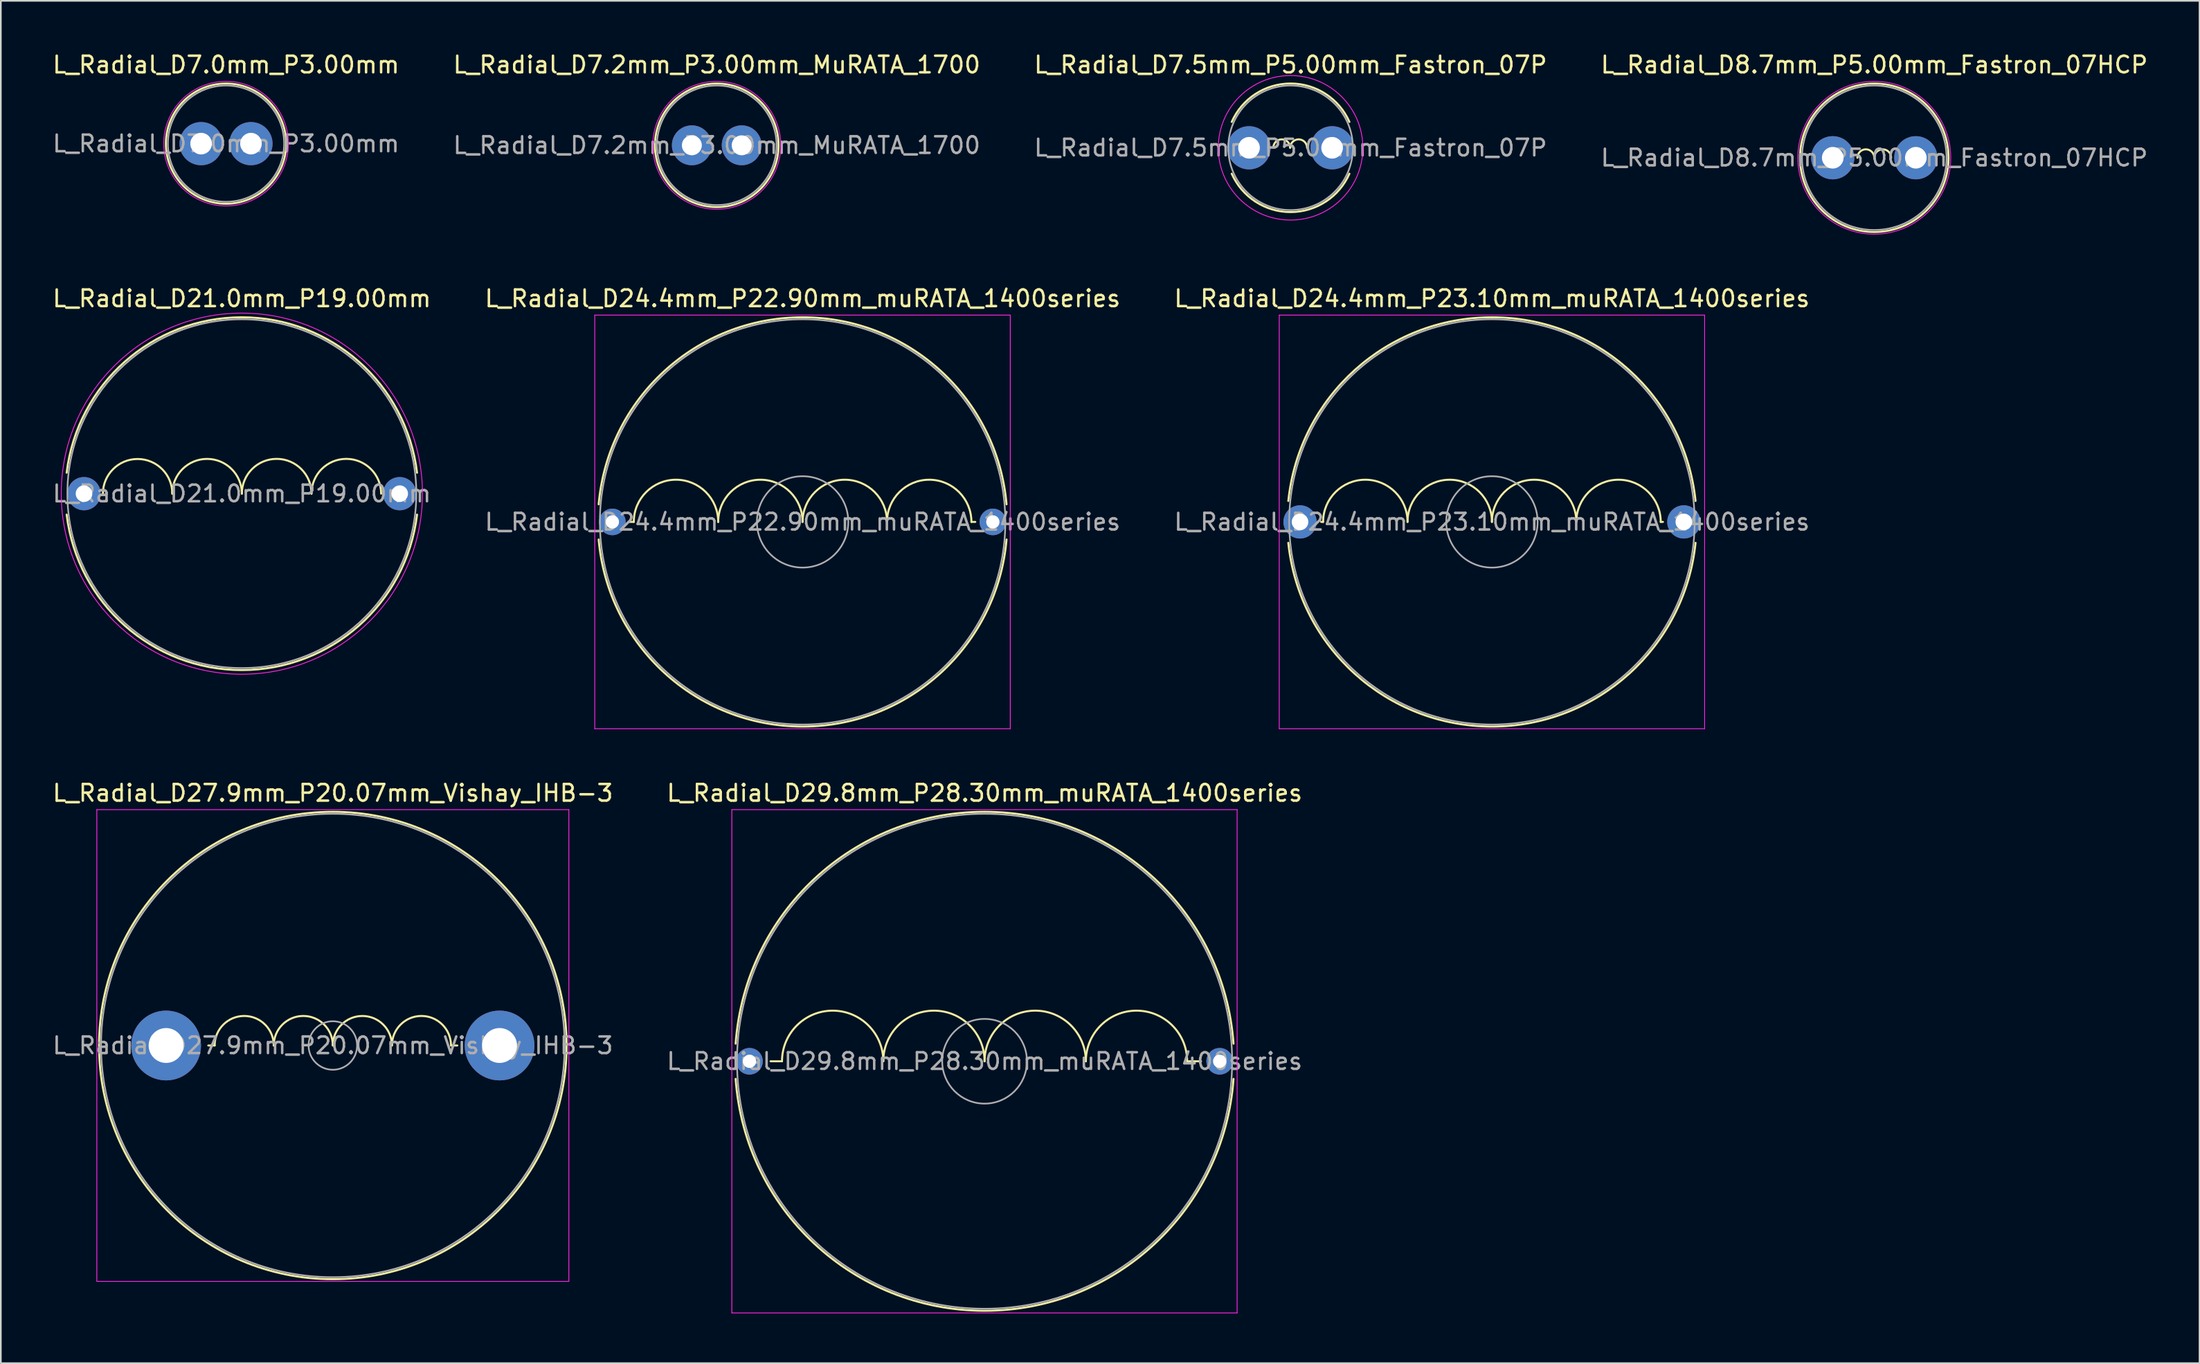
<source format=kicad_pcb>
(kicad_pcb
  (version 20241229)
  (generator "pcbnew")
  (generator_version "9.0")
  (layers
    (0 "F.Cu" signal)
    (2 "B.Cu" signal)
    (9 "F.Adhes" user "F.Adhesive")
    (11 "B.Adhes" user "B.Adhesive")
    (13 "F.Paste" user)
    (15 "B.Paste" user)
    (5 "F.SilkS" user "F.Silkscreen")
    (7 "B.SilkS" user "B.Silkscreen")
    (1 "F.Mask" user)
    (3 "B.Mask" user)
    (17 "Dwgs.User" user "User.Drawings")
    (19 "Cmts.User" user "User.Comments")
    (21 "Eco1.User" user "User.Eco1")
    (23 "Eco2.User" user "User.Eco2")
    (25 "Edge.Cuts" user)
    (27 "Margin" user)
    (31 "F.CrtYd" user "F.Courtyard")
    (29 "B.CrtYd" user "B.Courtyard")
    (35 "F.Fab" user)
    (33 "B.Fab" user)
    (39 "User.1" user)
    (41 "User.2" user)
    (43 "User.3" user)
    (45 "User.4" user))
  (footprint "L_Radial_D7.0mm_P3.00mm"
    (layer "F.Cu")
    (at 9.054 5.598)
    (property "Reference" "L_Radial_D7.0mm_P3.00mm" (at 1.5 -4.75 0) (layer "F.SilkS") (effects (font (size 1 1) (thickness 0.15))))
    (attr through_hole)
    (fp_circle (center 1.5 0) (end 5.12 0) (stroke (width 0.12) (type solid)) (fill no) (layer "F.SilkS"))
    (fp_circle (center 1.5 0) (end 5.25 0) (stroke (width 0.05) (type solid)) (fill no) (layer "F.CrtYd"))
    (fp_circle (center 1.5 0) (end 5 0) (stroke (width 0.1) (type solid)) (fill no) (layer "F.Fab"))
    (fp_text user "${REFERENCE}" (at 1.5 0 0) (layer "F.Fab") (effects (font (size 1 1) (thickness 0.15))))
    (pad "1" thru_hole circle (at 0 0) (size 2.6 2.6) (drill 1.3) (layers "*.Cu" "*.Mask"))
    (pad "2" thru_hole circle (at 3 0) (size 2.6 2.6) (drill 1.3) (layers "*.Cu" "*.Mask")))
  (footprint "L_Radial_D29.8mm_P28.30mm_muRATA_1400series"
    (layer "F.Cu")
    (at 42.058 60.845)
    (property "Reference" "L_Radial_D29.8mm_P28.30mm_muRATA_1400series" (at 14.15 -16.15 0) (layer "F.SilkS") (effects (font (size 1 1) (thickness 0.15))))
    (attr through_hole)
    (fp_line (start 1.958 0) (end 1.27 0) (stroke (width 0.12) (type solid)) (layer "F.SilkS"))
    (fp_line (start 26.342 0) (end 27.178 0) (stroke (width 0.12) (type solid)) (layer "F.SilkS"))
    (fp_arc (start -0.83255 -1.06) (mid 14.15 -15.02) (end 29.13255 -1.06) (stroke (width 0.12) (type solid)) (layer "F.SilkS"))
    (fp_arc (start 1.958 0) (mid 5.006 -3.048) (end 8.054 0) (stroke (width 0.12) (type solid)) (layer "F.SilkS"))
    (fp_arc (start 8.054 0) (mid 11.102 -3.048) (end 14.15 0) (stroke (width 0.12) (type solid)) (layer "F.SilkS"))
    (fp_arc (start 14.15 0) (mid 17.198 -3.048) (end 20.246 0) (stroke (width 0.12) (type solid)) (layer "F.SilkS"))
    (fp_arc (start 20.246 0) (mid 23.294 -3.048) (end 26.342 0) (stroke (width 0.12) (type solid)) (layer "F.SilkS"))
    (fp_arc (start 29.13255 1.06) (mid 14.15 15.02) (end -0.83255 1.06) (stroke (width 0.12) (type solid)) (layer "F.SilkS"))
    (fp_line (start -1.06 -15.15) (end -1.06 15.15) (stroke (width 0.05) (type solid)) (layer "F.CrtYd"))
    (fp_line (start -1.06 15.15) (end 29.35 15.15) (stroke (width 0.05) (type solid)) (layer "F.CrtYd"))
    (fp_line (start 29.35 -15.15) (end -1.06 -15.15) (stroke (width 0.05) (type solid)) (layer "F.CrtYd"))
    (fp_line (start 29.35 15.15) (end 29.35 -15.15) (stroke (width 0.05) (type solid)) (layer "F.CrtYd"))
    (fp_circle (center 14.15 0) (end 16.7 0) (stroke (width 0.1) (type solid)) (fill no) (layer "F.Fab"))
    (fp_circle (center 14.15 0) (end 29.05 0) (stroke (width 0.1) (type solid)) (fill no) (layer "F.Fab"))
    (fp_text user "${REFERENCE}" (at 14.15 0 0) (layer "F.Fab") (effects (font (size 1 1) (thickness 0.15))))
    (pad "1" thru_hole circle (at 0 0) (size 1.6 1.6) (drill 0.8) (layers "*.Cu" "*.Mask"))
    (pad "2" thru_hole circle (at 28.3 0) (size 1.6 1.6) (drill 0.8) (layers "*.Cu" "*.Mask")))
  (footprint "L_Radial_D7.2mm_P3.00mm_MuRATA_1700"
    (layer "F.Cu")
    (at 38.589 5.698)
    (property "Reference" "L_Radial_D7.2mm_P3.00mm_MuRATA_1700" (at 1.5 -4.85 0) (layer "F.SilkS") (effects (font (size 1 1) (thickness 0.15))))
    (attr through_hole)
    (fp_circle (center 1.5 0) (end 5.22 0) (stroke (width 0.12) (type solid)) (fill no) (layer "F.SilkS"))
    (fp_circle (center 1.5 0) (end 5.35 0) (stroke (width 0.05) (type solid)) (fill no) (layer "F.CrtYd"))
    (fp_circle (center 1.5 0) (end 5.1 0) (stroke (width 0.1) (type solid)) (fill no) (layer "F.Fab"))
    (fp_text user "${REFERENCE}" (at 1.5 0 0) (layer "F.Fab") (effects (font (size 1 1) (thickness 0.15))))
    (pad "1" thru_hole circle (at 0 0) (size 2.4 2.4) (drill 1.2) (layers "*.Cu" "*.Mask"))
    (pad "2" thru_hole circle (at 3 0) (size 2.4 2.4) (drill 1.2) (layers "*.Cu" "*.Mask")))
  (footprint "L_Radial_D7.5mm_P5.00mm_Fastron_07P"
    (layer "F.Cu")
    (at 72.125 5.848)
    (property "Reference" "L_Radial_D7.5mm_P5.00mm_Fastron_07P" (at 2.5 -5 0) (layer "F.SilkS") (effects (font (size 1 1) (thickness 0.15))))
    (attr through_hole)
    (fp_arc (start -1.041652 -1.56) (mid 2.5 -3.87) (end 6.041652 -1.56) (stroke (width 0.12) (type solid)) (layer "F.SilkS"))
    (fp_arc (start 1.4605 0) (mid 1.9685 -0.508) (end 2.4765 0) (stroke (width 0.12) (type solid)) (layer "F.SilkS"))
    (fp_arc (start 2.4765 0) (mid 2.9845 -0.508) (end 3.4925 0) (stroke (width 0.12) (type solid)) (layer "F.SilkS"))
    (fp_arc (start 6.041652 1.56) (mid 2.5 3.87) (end -1.041652 1.56) (stroke (width 0.12) (type solid)) (layer "F.SilkS"))
    (fp_circle (center 2.5 0) (end 6.85 0) (stroke (width 0.05) (type solid)) (fill no) (layer "F.CrtYd"))
    (fp_circle (center 2.5 0) (end 6.25 0) (stroke (width 0.1) (type solid)) (fill no) (layer "F.Fab"))
    (fp_text user "${REFERENCE}" (at 2.5 0 0) (layer "F.Fab") (effects (font (size 1 1) (thickness 0.15))))
    (pad "1" thru_hole circle (at 0 0) (size 2.6 2.6) (drill 1.3) (layers "*.Cu" "*.Mask"))
    (pad "2" thru_hole circle (at 5 0) (size 2.6 2.6) (drill 1.3) (layers "*.Cu" "*.Mask")))
  (footprint "L_Radial_D8.7mm_P5.00mm_Fastron_07HCP"
    (layer "F.Cu")
    (at 107.256 6.448)
    (property "Reference" "L_Radial_D8.7mm_P5.00mm_Fastron_07HCP" (at 2.5 -5.6 0) (layer "F.SilkS") (effects (font (size 1 1) (thickness 0.15))))
    (attr through_hole)
    (fp_arc (start 1.484 0) (mid 1.992 -0.508) (end 2.5 0) (stroke (width 0.12) (type solid)) (layer "F.SilkS"))
    (fp_arc (start 2.5 0) (mid 3.008 -0.508) (end 3.516 0) (stroke (width 0.12) (type solid)) (layer "F.SilkS"))
    (fp_circle (center 2.5 0) (end 6.97 0) (stroke (width 0.12) (type solid)) (fill no) (layer "F.SilkS"))
    (fp_circle (center 2.5 0) (end 7.1 0) (stroke (width 0.05) (type solid)) (fill no) (layer "F.CrtYd"))
    (fp_circle (center 2.5 0) (end 6.85 0) (stroke (width 0.1) (type solid)) (fill no) (layer "F.Fab"))
    (fp_text user "${REFERENCE}" (at 2.5 0 0) (layer "F.Fab") (effects (font (size 1 1) (thickness 0.15))))
    (pad "1" thru_hole circle (at 0 0) (size 2.6 2.6) (drill 1.3) (layers "*.Cu" "*.Mask"))
    (pad "2" thru_hole circle (at 5 0) (size 2.6 2.6) (drill 1.3) (layers "*.Cu" "*.Mask")))
  (footprint "L_Radial_D27.9mm_P20.07mm_Vishay_IHB-3"
    (layer "F.Cu")
    (at 6.947 59.895)
    (property "Reference" "L_Radial_D27.9mm_P20.07mm_Vishay_IHB-3" (at 10.035 -15.2 0) (layer "F.SilkS") (effects (font (size 1 1) (thickness 0.15))))
    (attr through_hole)
    (fp_line (start 2.923 0) (end 2.54 0) (stroke (width 0.12) (type solid)) (layer "F.SilkS"))
    (fp_line (start 17.147 0) (end 17.526 0) (stroke (width 0.12) (type solid)) (layer "F.SilkS"))
    (fp_arc (start 2.923 0) (mid 4.701 -1.778) (end 6.479 0) (stroke (width 0.12) (type solid)) (layer "F.SilkS"))
    (fp_arc (start 6.479 0) (mid 8.257 -1.778) (end 10.035 0) (stroke (width 0.12) (type solid)) (layer "F.SilkS"))
    (fp_arc (start 10.036 0) (mid 11.813 -1.777) (end 13.59 0) (stroke (width 0.12) (type solid)) (layer "F.SilkS"))
    (fp_arc (start 13.591 0) (mid 15.369 -1.778) (end 17.147 0) (stroke (width 0.12) (type solid)) (layer "F.SilkS"))
    (fp_circle (center 10.035 0) (end 24.105 0) (stroke (width 0.12) (type solid)) (fill no) (layer "F.SilkS"))
    (fp_line (start -4.17 -14.2) (end -4.17 14.2) (stroke (width 0.05) (type solid)) (layer "F.CrtYd"))
    (fp_line (start -4.17 14.2) (end 24.24 14.2) (stroke (width 0.05) (type solid)) (layer "F.CrtYd"))
    (fp_line (start 24.24 -14.2) (end -4.17 -14.2) (stroke (width 0.05) (type solid)) (layer "F.CrtYd"))
    (fp_line (start 24.24 14.2) (end 24.24 -14.2) (stroke (width 0.05) (type solid)) (layer "F.CrtYd"))
    (fp_circle (center 10.035 0) (end 11.495 0) (stroke (width 0.1) (type solid)) (fill no) (layer "F.Fab"))
    (fp_circle (center 10.035 0) (end 23.985 0) (stroke (width 0.1) (type solid)) (fill no) (layer "F.Fab"))
    (fp_text user "${REFERENCE}" (at 10.035 0 0) (layer "F.Fab") (effects (font (size 1 1) (thickness 0.15))))
    (pad "1" thru_hole circle (at 0 0) (size 4.2 4.2) (drill 2.1) (layers "*.Cu" "*.Mask"))
    (pad "2" thru_hole circle (at 20.07 0) (size 4.2 4.2) (drill 2.1) (layers "*.Cu" "*.Mask")))
  (footprint "L_Radial_D21.0mm_P19.00mm"
    (layer "F.Cu")
    (at 2.006 26.672)
    (property "Reference" "L_Radial_D21.0mm_P19.00mm" (at 9.5 -11.75 0) (layer "F.SilkS") (effects (font (size 1 1) (thickness 0.15))))
    (attr through_hole)
    (fp_arc (start -1.044989 -1.26) (mid 9.5 -10.62) (end 20.044989 -1.26) (stroke (width 0.12) (type solid)) (layer "F.SilkS"))
    (fp_arc (start 1.138 0) (mid 3.226 -2.088) (end 5.314 0) (stroke (width 0.12) (type solid)) (layer "F.SilkS"))
    (fp_arc (start 5.314 0) (mid 7.407 -2.093) (end 9.5 0) (stroke (width 0.12) (type solid)) (layer "F.SilkS"))
    (fp_arc (start 9.5 0) (mid 11.5955 -2.0955) (end 13.691 0) (stroke (width 0.12) (type solid)) (layer "F.SilkS"))
    (fp_arc (start 13.691 0) (mid 15.7865 -2.0955) (end 17.882 0) (stroke (width 0.12) (type solid)) (layer "F.SilkS"))
    (fp_arc (start 20.044989 1.26) (mid 9.5 10.62) (end -1.044989 1.26) (stroke (width 0.12) (type solid)) (layer "F.SilkS"))
    (fp_circle (center 9.5 0) (end 20.37 0) (stroke (width 0.05) (type solid)) (fill no) (layer "F.CrtYd"))
    (fp_circle (center 9.5 0) (end 20 0) (stroke (width 0.1) (type solid)) (fill no) (layer "F.Fab"))
    (fp_text user "${REFERENCE}" (at 9.5 0 0) (layer "F.Fab") (effects (font (size 1 1) (thickness 0.15))))
    (pad "1" thru_hole circle (at 0 0) (size 2 2) (drill 1) (layers "*.Cu" "*.Mask"))
    (pad "2" thru_hole circle (at 19 0) (size 2 2) (drill 1) (layers "*.Cu" "*.Mask")))
  (footprint "L_Radial_D24.4mm_P22.90mm_muRATA_1400series"
    (layer "F.Cu")
    (at 33.806 28.372)
    (property "Reference" "L_Radial_D24.4mm_P22.90mm_muRATA_1400series" (at 11.45 -13.45 0) (layer "F.SilkS") (effects (font (size 1 1) (thickness 0.15))))
    (attr through_hole)
    (fp_line (start 1.29 0) (end 1.016 0) (stroke (width 0.12) (type solid)) (layer "F.SilkS"))
    (fp_line (start 21.61 0) (end 21.844 0) (stroke (width 0.12) (type solid)) (layer "F.SilkS"))
    (fp_arc (start -0.824315 -1.06) (mid 11.45 -12.32) (end 23.724315 -1.06) (stroke (width 0.12) (type solid)) (layer "F.SilkS"))
    (fp_arc (start 1.29 0) (mid 3.83 -2.54) (end 6.37 0) (stroke (width 0.12) (type solid)) (layer "F.SilkS"))
    (fp_arc (start 6.37 0) (mid 8.91 -2.54) (end 11.45 0) (stroke (width 0.12) (type solid)) (layer "F.SilkS"))
    (fp_arc (start 11.45 0) (mid 13.99 -2.54) (end 16.53 0) (stroke (width 0.12) (type solid)) (layer "F.SilkS"))
    (fp_arc (start 16.53 0) (mid 19.07 -2.54) (end 21.61 0) (stroke (width 0.12) (type solid)) (layer "F.SilkS"))
    (fp_arc (start 23.724315 1.06) (mid 11.45 12.32) (end -0.824315 1.06) (stroke (width 0.12) (type solid)) (layer "F.SilkS"))
    (fp_line (start -1.06 -12.45) (end -1.06 12.45) (stroke (width 0.05) (type solid)) (layer "F.CrtYd"))
    (fp_line (start -1.06 12.45) (end 23.95 12.45) (stroke (width 0.05) (type solid)) (layer "F.CrtYd"))
    (fp_line (start 23.95 -12.45) (end -1.06 -12.45) (stroke (width 0.05) (type solid)) (layer "F.CrtYd"))
    (fp_line (start 23.95 12.45) (end 23.95 -12.45) (stroke (width 0.05) (type solid)) (layer "F.CrtYd"))
    (fp_circle (center 11.45 0) (end 14.2 0) (stroke (width 0.1) (type solid)) (fill no) (layer "F.Fab"))
    (fp_circle (center 11.45 0) (end 23.65 0) (stroke (width 0.1) (type solid)) (fill no) (layer "F.Fab"))
    (fp_text user "${REFERENCE}" (at 11.45 0 0) (layer "F.Fab") (effects (font (size 1 1) (thickness 0.15))))
    (pad "1" thru_hole circle (at 0 0) (size 1.6 1.6) (drill 0.8) (layers "*.Cu" "*.Mask"))
    (pad "2" thru_hole circle (at 22.9 0) (size 1.6 1.6) (drill 0.8) (layers "*.Cu" "*.Mask")))
  (footprint "L_Radial_D24.4mm_P23.10mm_muRATA_1400series"
    (layer "F.Cu")
    (at 75.194 28.372)
    (property "Reference" "L_Radial_D24.4mm_P23.10mm_muRATA_1400series" (at 11.55 -13.45 0) (layer "F.SilkS") (effects (font (size 1 1) (thickness 0.15))))
    (attr through_hole)
    (fp_line (start 1.39 0) (end 1.27 0) (stroke (width 0.12) (type solid)) (layer "F.SilkS"))
    (fp_line (start 21.71 0) (end 21.844 0) (stroke (width 0.12) (type solid)) (layer "F.SilkS"))
    (fp_arc (start -0.705399 -1.26) (mid 11.55 -12.32) (end 23.805399 -1.26) (stroke (width 0.12) (type solid)) (layer "F.SilkS"))
    (fp_arc (start 1.39 0) (mid 3.93 -2.54) (end 6.47 0) (stroke (width 0.12) (type solid)) (layer "F.SilkS"))
    (fp_arc (start 6.47 0) (mid 9.01 -2.54) (end 11.55 0) (stroke (width 0.12) (type solid)) (layer "F.SilkS"))
    (fp_arc (start 11.55 0) (mid 14.09 -2.54) (end 16.63 0) (stroke (width 0.12) (type solid)) (layer "F.SilkS"))
    (fp_arc (start 16.63 0) (mid 19.17 -2.54) (end 21.71 0) (stroke (width 0.12) (type solid)) (layer "F.SilkS"))
    (fp_arc (start 23.805399 1.26) (mid 11.55 12.32) (end -0.705399 1.26) (stroke (width 0.12) (type solid)) (layer "F.SilkS"))
    (fp_line (start -1.25 -12.45) (end -1.25 12.45) (stroke (width 0.05) (type solid)) (layer "F.CrtYd"))
    (fp_line (start -1.25 12.45) (end 24.35 12.45) (stroke (width 0.05) (type solid)) (layer "F.CrtYd"))
    (fp_line (start 24.35 -12.45) (end -1.25 -12.45) (stroke (width 0.05) (type solid)) (layer "F.CrtYd"))
    (fp_line (start 24.35 12.45) (end 24.35 -12.45) (stroke (width 0.05) (type solid)) (layer "F.CrtYd"))
    (fp_circle (center 11.55 0) (end 14.3 0) (stroke (width 0.1) (type solid)) (fill no) (layer "F.Fab"))
    (fp_circle (center 11.55 0) (end 23.75 0) (stroke (width 0.1) (type solid)) (fill no) (layer "F.Fab"))
    (fp_text user "${REFERENCE}" (at 11.55 0 0) (layer "F.Fab") (effects (font (size 1 1) (thickness 0.15))))
    (pad "1" thru_hole circle (at 0 0) (size 2 2) (drill 1) (layers "*.Cu" "*.Mask"))
    (pad "2" thru_hole circle (at 23.1 0) (size 2 2) (drill 1) (layers "*.Cu" "*.Mask")))
  (gr_rect
    (start -3 -3)
    (end 129.333 79.02)
    (stroke (width 0.1) (type default))
    (fill no)
    (layer "Edge.Cuts")))
</source>
